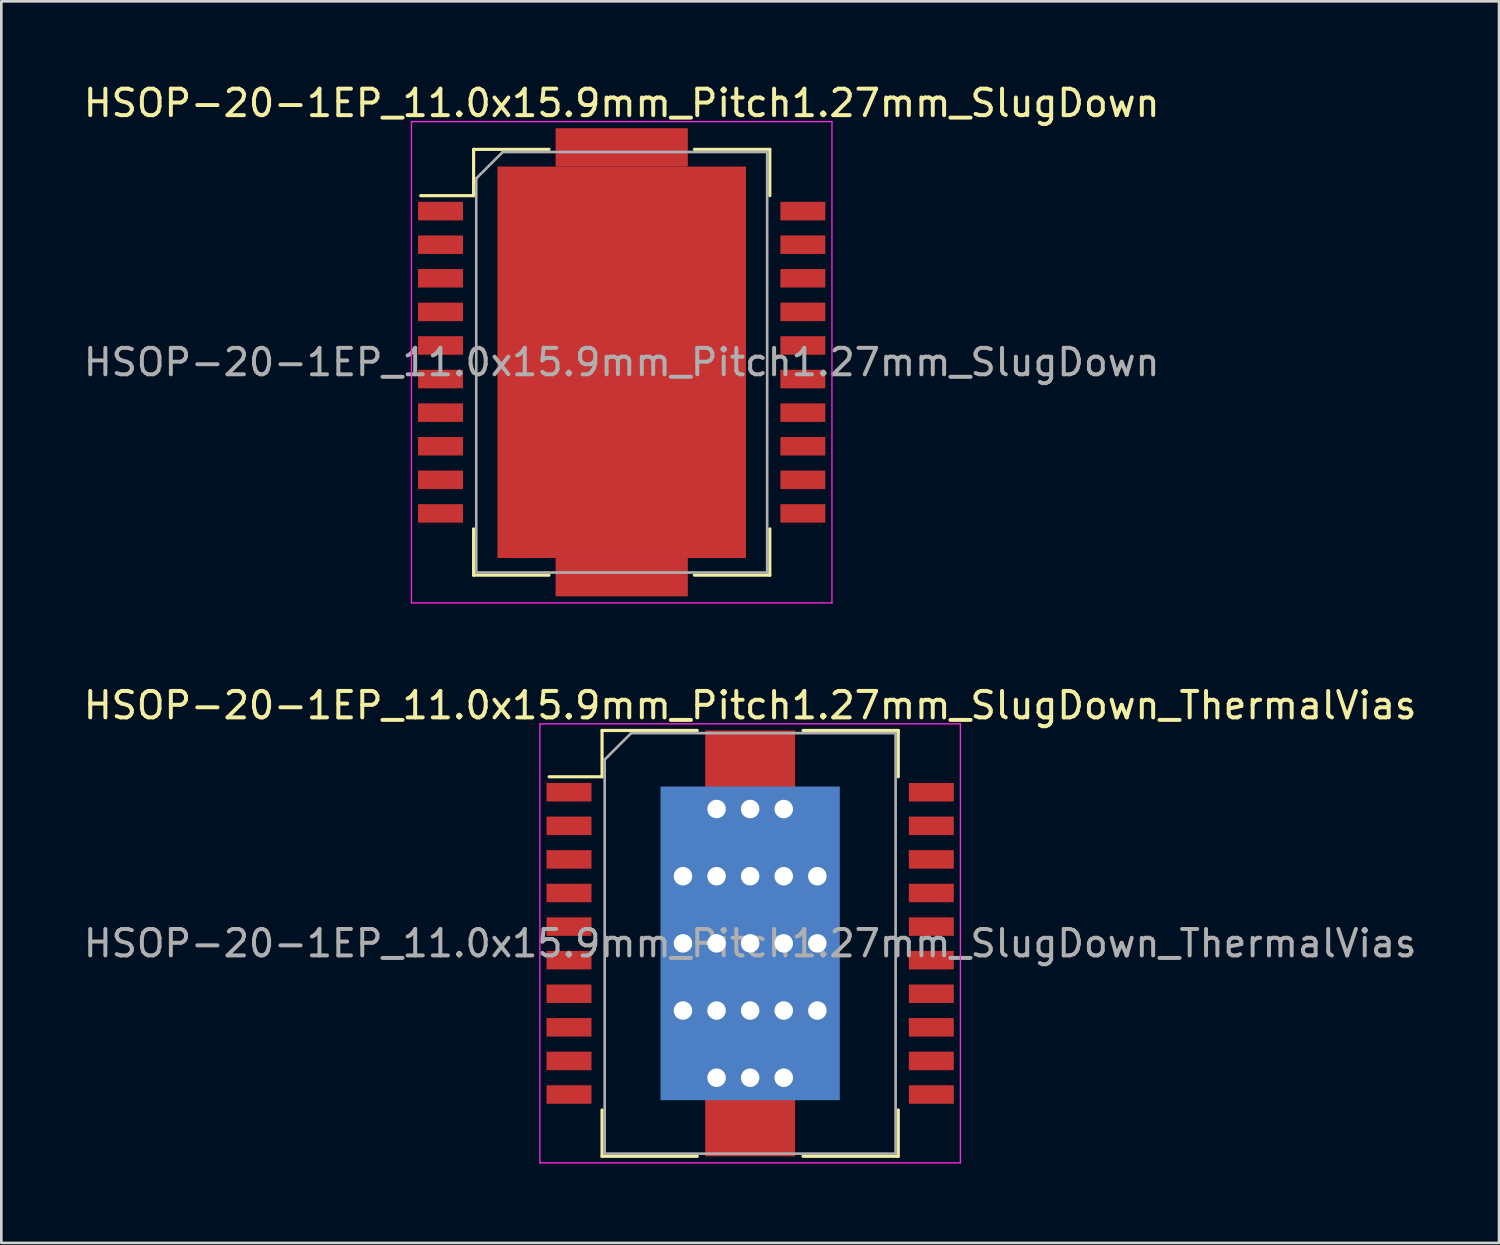
<source format=kicad_pcb>
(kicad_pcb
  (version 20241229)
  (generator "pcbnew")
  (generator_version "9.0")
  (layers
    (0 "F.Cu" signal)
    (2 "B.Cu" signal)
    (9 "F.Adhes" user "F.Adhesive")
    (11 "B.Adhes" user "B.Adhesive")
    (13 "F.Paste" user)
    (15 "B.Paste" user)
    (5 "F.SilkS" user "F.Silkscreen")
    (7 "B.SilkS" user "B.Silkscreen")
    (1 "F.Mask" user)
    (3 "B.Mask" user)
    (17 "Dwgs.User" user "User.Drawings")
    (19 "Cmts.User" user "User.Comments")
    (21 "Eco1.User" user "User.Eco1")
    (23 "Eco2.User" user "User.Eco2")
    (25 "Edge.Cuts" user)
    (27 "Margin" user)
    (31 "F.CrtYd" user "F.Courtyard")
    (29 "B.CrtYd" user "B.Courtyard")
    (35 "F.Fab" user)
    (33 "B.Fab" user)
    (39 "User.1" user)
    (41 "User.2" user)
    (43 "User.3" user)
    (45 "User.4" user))
  (footprint "HSOP-20-1EP_11.0x15.9mm_Pitch1.27mm_SlugDown_ThermalVias"
    (layer "F.Cu")
    (at 25.315 32.621)
    (property "Reference" "HSOP-20-1EP_11.0x15.9mm_Pitch1.27mm_SlugDown_ThermalVias" (at 0 -9 0) (layer "F.SilkS") (effects (font (size 1 1) (thickness 0.15))))
    (attr smd)
    (fp_line (start -5.6 -8.05) (end -5.6 -6.3) (stroke (width 0.12) (type solid)) (layer "F.SilkS"))
    (fp_line (start -5.6 -6.3) (end -7.6 -6.3) (stroke (width 0.12) (type solid)) (layer "F.SilkS"))
    (fp_line (start -5.6 8.05) (end -5.6 6.3) (stroke (width 0.12) (type solid)) (layer "F.SilkS"))
    (fp_line (start -2 -8.05) (end -5.6 -8.05) (stroke (width 0.12) (type solid)) (layer "F.SilkS"))
    (fp_line (start -2 8.05) (end -5.6 8.05) (stroke (width 0.12) (type solid)) (layer "F.SilkS"))
    (fp_line (start 5.6 -8.05) (end 2 -8.05) (stroke (width 0.12) (type solid)) (layer "F.SilkS"))
    (fp_line (start 5.6 -8.05) (end 5.6 -6.3) (stroke (width 0.12) (type solid)) (layer "F.SilkS"))
    (fp_line (start 5.6 8.05) (end 2 8.05) (stroke (width 0.12) (type solid)) (layer "F.SilkS"))
    (fp_line (start 5.6 8.05) (end 5.6 6.3) (stroke (width 0.12) (type solid)) (layer "F.SilkS"))
    (fp_line (start -7.95 -8.3) (end -7.95 8.3) (stroke (width 0.05) (type solid)) (layer "F.CrtYd"))
    (fp_line (start -7.95 -8.3) (end 7.95 -8.3) (stroke (width 0.05) (type solid)) (layer "F.CrtYd"))
    (fp_line (start 7.95 8.3) (end -7.95 8.3) (stroke (width 0.05) (type solid)) (layer "F.CrtYd"))
    (fp_line (start 7.95 8.3) (end 7.95 -8.3) (stroke (width 0.05) (type solid)) (layer "F.CrtYd"))
    (fp_line (start -5.5 -6.95) (end -5.5 7.95) (stroke (width 0.1) (type solid)) (layer "F.Fab"))
    (fp_line (start -5.5 7.95) (end 5.5 7.95) (stroke (width 0.1) (type solid)) (layer "F.Fab"))
    (fp_line (start -4.5 -7.95) (end -5.5 -6.95) (stroke (width 0.1) (type solid)) (layer "F.Fab"))
    (fp_line (start 5.5 -7.95) (end -4.5 -7.95) (stroke (width 0.1) (type solid)) (layer "F.Fab"))
    (fp_line (start 5.5 7.95) (end 5.5 -7.95) (stroke (width 0.1) (type solid)) (layer "F.Fab"))
    (fp_text user "${REFERENCE}" (at 0 0 0) (layer "F.Fab") (effects (font (size 1 1) (thickness 0.15))))
    (pad "1" smd rect (at -6.85 -5.715) (size 1.7 0.7) (layers "F.Cu" "F.Mask" "F.Paste"))
    (pad "2" smd rect (at -6.85 -4.445) (size 1.7 0.7) (layers "F.Cu" "F.Mask" "F.Paste"))
    (pad "3" smd rect (at -6.85 -3.175) (size 1.7 0.7) (layers "F.Cu" "F.Mask" "F.Paste"))
    (pad "4" smd rect (at -6.85 -1.905) (size 1.7 0.7) (layers "F.Cu" "F.Mask" "F.Paste"))
    (pad "5" smd rect (at -6.85 -0.635) (size 1.7 0.7) (layers "F.Cu" "F.Mask" "F.Paste"))
    (pad "6" smd rect (at -6.85 0.635) (size 1.7 0.7) (layers "F.Cu" "F.Mask" "F.Paste"))
    (pad "7" smd rect (at -6.85 1.905) (size 1.7 0.7) (layers "F.Cu" "F.Mask" "F.Paste"))
    (pad "8" smd rect (at -6.85 3.175) (size 1.7 0.7) (layers "F.Cu" "F.Mask" "F.Paste"))
    (pad "9" smd rect (at -6.85 4.445) (size 1.7 0.7) (layers "F.Cu" "F.Mask" "F.Paste"))
    (pad "10" smd rect (at -6.85 5.715) (size 1.7 0.7) (layers "F.Cu" "F.Mask" "F.Paste"))
    (pad "11" smd rect (at 6.85 5.715) (size 1.7 0.7) (layers "F.Cu" "F.Mask" "F.Paste"))
    (pad "12" smd rect (at 6.85 4.445) (size 1.7 0.7) (layers "F.Cu" "F.Mask" "F.Paste"))
    (pad "13" smd rect (at 6.85 3.175) (size 1.7 0.7) (layers "F.Cu" "F.Mask" "F.Paste"))
    (pad "14" smd rect (at 6.85 1.905) (size 1.7 0.7) (layers "F.Cu" "F.Mask" "F.Paste"))
    (pad "15" smd rect (at 6.85 0.635) (size 1.7 0.7) (layers "F.Cu" "F.Mask" "F.Paste"))
    (pad "16" smd rect (at 6.85 -0.635) (size 1.7 0.7) (layers "F.Cu" "F.Mask" "F.Paste"))
    (pad "17" smd rect (at 6.85 -1.905) (size 1.7 0.7) (layers "F.Cu" "F.Mask" "F.Paste"))
    (pad "18" smd rect (at 6.85 -3.175) (size 1.7 0.7) (layers "F.Cu" "F.Mask" "F.Paste"))
    (pad "19" smd rect (at 6.85 -4.445) (size 1.7 0.7) (layers "F.Cu" "F.Mask" "F.Paste"))
    (pad "20" smd rect (at 6.85 -5.715) (size 1.7 0.7) (layers "F.Cu" "F.Mask" "F.Paste"))
    (pad "21" thru_hole circle (at -2.54 -2.54) (size 1 1) (drill 0.7) (layers "*.Cu" "*.Mask"))
    (pad "21" thru_hole circle (at -2.54 0) (size 1 1) (drill 0.7) (layers "*.Cu" "*.Mask"))
    (pad "21" thru_hole circle (at -2.54 2.54) (size 1 1) (drill 0.7) (layers "*.Cu" "*.Mask"))
    (pad "21" thru_hole circle (at -1.27 -5.08) (size 1 1) (drill 0.7) (layers "*.Cu" "*.Mask"))
    (pad "21" thru_hole circle (at -1.27 -2.54) (size 1 1) (drill 0.7) (layers "*.Cu" "*.Mask"))
    (pad "21" thru_hole circle (at -1.27 0) (size 1 1) (drill 0.7) (layers "*.Cu" "*.Mask"))
    (pad "21" thru_hole circle (at -1.27 2.54) (size 1 1) (drill 0.7) (layers "*.Cu" "*.Mask"))
    (pad "21" thru_hole circle (at -1.27 5.08) (size 1 1) (drill 0.7) (layers "*.Cu" "*.Mask"))
    (pad "21" smd rect (at 0 -6.843) (size 3.4 2.415) (layers "F.Cu" "F.Mask" "F.Paste"))
    (pad "21" thru_hole circle (at 0 -5.08) (size 1 1) (drill 0.7) (layers "*.Cu" "*.Mask"))
    (pad "21" thru_hole circle (at 0 -2.54) (size 1 1) (drill 0.7) (layers "*.Cu" "*.Mask"))
    (pad "21" thru_hole circle (at 0 0) (size 1 1) (drill 0.7) (layers "*.Cu" "*.Mask"))
    (pad "21" smd rect (at 0 0) (size 6.4 11.27) (layers "F.Cu" "F.Mask" "F.Paste"))
    (pad "21" smd rect (at 0 0) (size 6.78 11.86) (layers "B.Cu" "B.Mask"))
    (pad "21" thru_hole circle (at 0 2.54) (size 1 1) (drill 0.7) (layers "*.Cu" "*.Mask"))
    (pad "21" thru_hole circle (at 0 5.08) (size 1 1) (drill 0.7) (layers "*.Cu" "*.Mask"))
    (pad "21" smd rect (at 0 6.843) (size 3.4 2.415) (layers "F.Cu" "F.Mask" "F.Paste"))
    (pad "21" thru_hole circle (at 1.27 -5.08) (size 1 1) (drill 0.7) (layers "*.Cu" "*.Mask"))
    (pad "21" thru_hole circle (at 1.27 -2.54) (size 1 1) (drill 0.7) (layers "*.Cu" "*.Mask"))
    (pad "21" thru_hole circle (at 1.27 0) (size 1 1) (drill 0.7) (layers "*.Cu" "*.Mask"))
    (pad "21" thru_hole circle (at 1.27 2.54) (size 1 1) (drill 0.7) (layers "*.Cu" "*.Mask"))
    (pad "21" thru_hole circle (at 1.27 5.08) (size 1 1) (drill 0.7) (layers "*.Cu" "*.Mask"))
    (pad "21" thru_hole circle (at 2.54 -2.54) (size 1 1) (drill 0.7) (layers "*.Cu" "*.Mask"))
    (pad "21" thru_hole circle (at 2.54 0) (size 1 1) (drill 0.7) (layers "*.Cu" "*.Mask"))
    (pad "21" thru_hole circle (at 2.54 2.54) (size 1 1) (drill 0.7) (layers "*.Cu" "*.Mask")))
  (footprint "HSOP-20-1EP_11.0x15.9mm_Pitch1.27mm_SlugDown"
    (layer "F.Cu")
    (at 20.458 10.648)
    (property "Reference" "HSOP-20-1EP_11.0x15.9mm_Pitch1.27mm_SlugDown" (at 0 -9.8 0) (layer "F.SilkS") (effects (font (size 1 1) (thickness 0.15))))
    (attr smd)
    (fp_line (start -5.6 -8.05) (end -5.6 -6.3) (stroke (width 0.12) (type solid)) (layer "F.SilkS"))
    (fp_line (start -5.6 -6.3) (end -7.6 -6.3) (stroke (width 0.12) (type solid)) (layer "F.SilkS"))
    (fp_line (start -5.6 8.05) (end -5.6 6.3) (stroke (width 0.12) (type solid)) (layer "F.SilkS"))
    (fp_line (start -2.75 -8.05) (end -5.6 -8.05) (stroke (width 0.12) (type solid)) (layer "F.SilkS"))
    (fp_line (start -2.75 8.05) (end -5.6 8.05) (stroke (width 0.12) (type solid)) (layer "F.SilkS"))
    (fp_line (start 5.6 -8.05) (end 2.75 -8.05) (stroke (width 0.12) (type solid)) (layer "F.SilkS"))
    (fp_line (start 5.6 -8.05) (end 5.6 -6.3) (stroke (width 0.12) (type solid)) (layer "F.SilkS"))
    (fp_line (start 5.6 8.05) (end 2.75 8.05) (stroke (width 0.12) (type solid)) (layer "F.SilkS"))
    (fp_line (start 5.6 8.05) (end 5.6 6.3) (stroke (width 0.12) (type solid)) (layer "F.SilkS"))
    (fp_line (start -7.95 -9.1) (end -7.95 9.1) (stroke (width 0.05) (type solid)) (layer "F.CrtYd"))
    (fp_line (start -7.95 -9.1) (end 7.95 -9.1) (stroke (width 0.05) (type solid)) (layer "F.CrtYd"))
    (fp_line (start 7.95 9.1) (end -7.95 9.1) (stroke (width 0.05) (type solid)) (layer "F.CrtYd"))
    (fp_line (start 7.95 9.1) (end 7.95 -9.1) (stroke (width 0.05) (type solid)) (layer "F.CrtYd"))
    (fp_line (start -5.5 -6.95) (end -5.5 7.95) (stroke (width 0.1) (type solid)) (layer "F.Fab"))
    (fp_line (start -5.5 7.95) (end 5.5 7.95) (stroke (width 0.1) (type solid)) (layer "F.Fab"))
    (fp_line (start -4.5 -7.95) (end -5.5 -6.95) (stroke (width 0.1) (type solid)) (layer "F.Fab"))
    (fp_line (start 5.5 -7.95) (end -4.5 -7.95) (stroke (width 0.1) (type solid)) (layer "F.Fab"))
    (fp_line (start 5.5 7.95) (end 5.5 -7.95) (stroke (width 0.1) (type solid)) (layer "F.Fab"))
    (fp_text user "${REFERENCE}" (at 0 0 0) (layer "F.Fab") (effects (font (size 1 1) (thickness 0.15))))
    (pad "1" smd rect (at -6.85 -5.715) (size 1.7 0.7) (layers "F.Cu" "F.Mask" "F.Paste"))
    (pad "2" smd rect (at -6.85 -4.445) (size 1.7 0.7) (layers "F.Cu" "F.Mask" "F.Paste"))
    (pad "3" smd rect (at -6.85 -3.175) (size 1.7 0.7) (layers "F.Cu" "F.Mask" "F.Paste"))
    (pad "4" smd rect (at -6.85 -1.905) (size 1.7 0.7) (layers "F.Cu" "F.Mask" "F.Paste"))
    (pad "5" smd rect (at -6.85 -0.635) (size 1.7 0.7) (layers "F.Cu" "F.Mask" "F.Paste"))
    (pad "6" smd rect (at -6.85 0.635) (size 1.7 0.7) (layers "F.Cu" "F.Mask" "F.Paste"))
    (pad "7" smd rect (at -6.85 1.905) (size 1.7 0.7) (layers "F.Cu" "F.Mask" "F.Paste"))
    (pad "8" smd rect (at -6.85 3.175) (size 1.7 0.7) (layers "F.Cu" "F.Mask" "F.Paste"))
    (pad "9" smd rect (at -6.85 4.445) (size 1.7 0.7) (layers "F.Cu" "F.Mask" "F.Paste"))
    (pad "10" smd rect (at -6.85 5.715) (size 1.7 0.7) (layers "F.Cu" "F.Mask" "F.Paste"))
    (pad "11" smd rect (at 6.85 5.715) (size 1.7 0.7) (layers "F.Cu" "F.Mask" "F.Paste"))
    (pad "12" smd rect (at 6.85 4.445) (size 1.7 0.7) (layers "F.Cu" "F.Mask" "F.Paste"))
    (pad "13" smd rect (at 6.85 3.175) (size 1.7 0.7) (layers "F.Cu" "F.Mask" "F.Paste"))
    (pad "14" smd rect (at 6.85 1.905) (size 1.7 0.7) (layers "F.Cu" "F.Mask" "F.Paste"))
    (pad "15" smd rect (at 6.85 0.635) (size 1.7 0.7) (layers "F.Cu" "F.Mask" "F.Paste"))
    (pad "16" smd rect (at 6.85 -0.635) (size 1.7 0.7) (layers "F.Cu" "F.Mask" "F.Paste"))
    (pad "17" smd rect (at 6.85 -1.905) (size 1.7 0.7) (layers "F.Cu" "F.Mask" "F.Paste"))
    (pad "18" smd rect (at 6.85 -3.175) (size 1.7 0.7) (layers "F.Cu" "F.Mask" "F.Paste"))
    (pad "19" smd rect (at 6.85 -4.445) (size 1.7 0.7) (layers "F.Cu" "F.Mask" "F.Paste"))
    (pad "20" smd rect (at 6.85 -5.715) (size 1.7 0.7) (layers "F.Cu" "F.Mask" "F.Paste"))
    (pad "21" smd rect (at 0 -8.125) (size 5 1.45) (layers "F.Cu" "F.Mask" "F.Paste"))
    (pad "21" smd rect (at 0 0) (size 9.4 14.8) (layers "F.Cu" "F.Mask" "F.Paste"))
    (pad "21" smd rect (at 0 8.125) (size 5 1.45) (layers "F.Cu" "F.Mask" "F.Paste")))
  (gr_rect
    (start -3 -3)
    (end 53.631 43.947)
    (stroke (width 0.1) (type default))
    (fill no)
    (layer "Edge.Cuts")))
</source>
